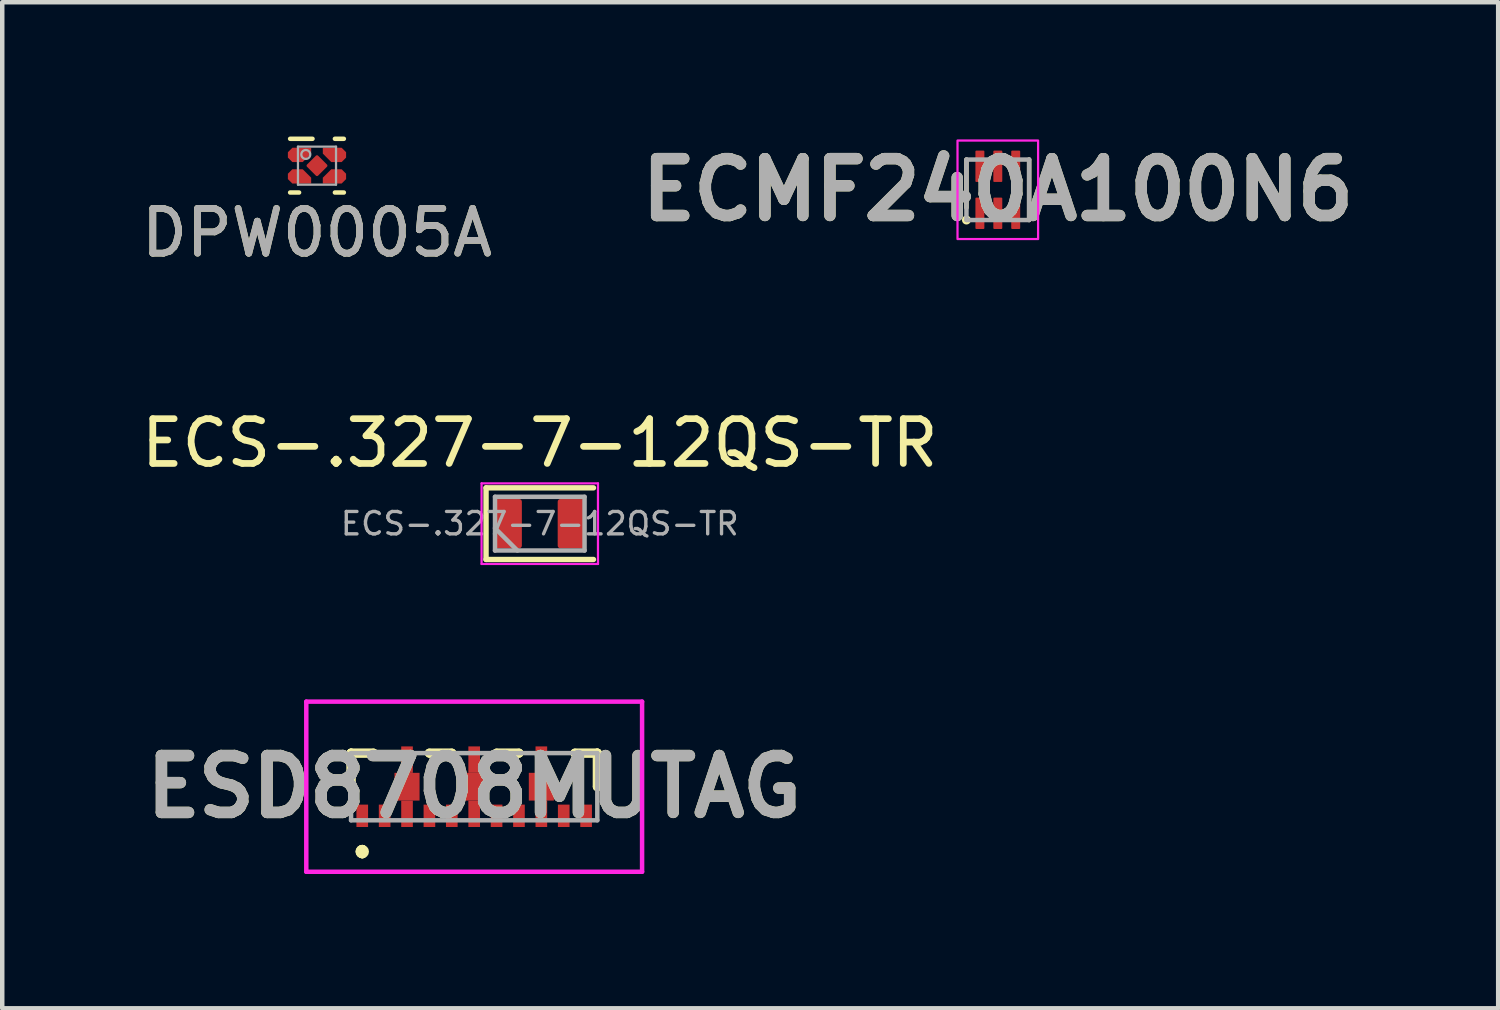
<source format=kicad_pcb>
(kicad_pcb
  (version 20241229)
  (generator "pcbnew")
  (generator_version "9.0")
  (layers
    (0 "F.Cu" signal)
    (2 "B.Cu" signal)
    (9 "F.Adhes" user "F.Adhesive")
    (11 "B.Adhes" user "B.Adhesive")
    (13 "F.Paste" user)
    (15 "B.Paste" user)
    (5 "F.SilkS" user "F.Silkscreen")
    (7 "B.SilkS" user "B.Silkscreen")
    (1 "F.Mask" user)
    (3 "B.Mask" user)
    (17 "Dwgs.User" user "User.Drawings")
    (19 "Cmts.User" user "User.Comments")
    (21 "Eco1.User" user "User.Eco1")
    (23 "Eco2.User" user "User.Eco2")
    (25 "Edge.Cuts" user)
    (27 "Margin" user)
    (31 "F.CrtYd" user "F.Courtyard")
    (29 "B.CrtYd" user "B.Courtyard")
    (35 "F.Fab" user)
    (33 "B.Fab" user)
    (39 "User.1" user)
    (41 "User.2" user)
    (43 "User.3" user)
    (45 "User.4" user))
  (footprint "DPW0005A"
    (layer "F.Cu")
    (at 4.03 0.65)
    (property "Reference" "DPW0005A" (at 0 1.5 0) (unlocked yes) (layer "F.SilkS") (effects (font (size 1 1) (thickness 0.15))))
    (attr smd)
    (fp_poly (pts (xy -0.55 -0.08) (xy -0.65 -0.18) (xy -0.65 -0.3) (xy -0.55 -0.4) (xy -0.13 -0.4) (xy -0.13 -0.269) (xy -0.319 -0.08)) (stroke (width 0) (type solid)) (fill yes) (layer "F.Cu"))
    (fp_poly (pts (xy -0.55 0.4) (xy -0.65 0.3) (xy -0.65 0.18) (xy -0.55 0.08) (xy -0.319 0.08) (xy -0.13 0.269) (xy -0.13 0.4)) (stroke (width 0) (type solid)) (fill yes) (layer "F.Cu"))
    (fp_poly (pts (xy 0.13 0.4) (xy 0.13 0.269) (xy 0.319 0.08) (xy 0.55 0.08) (xy 0.65 0.18) (xy 0.65 0.3) (xy 0.55 0.4)) (stroke (width 0) (type solid)) (fill yes) (layer "F.Cu"))
    (fp_poly (pts (xy 0.319 -0.08) (xy 0.13 -0.269) (xy 0.13 -0.4) (xy 0.55 -0.4) (xy 0.65 -0.3) (xy 0.65 -0.18) (xy 0.55 -0.08) (xy 0.55 -0.08)) (stroke (width 0) (type solid)) (fill yes) (layer "F.Cu"))
    (fp_poly (pts (xy -0.529 -0.13) (xy -0.6 -0.201) (xy -0.6 -0.279) (xy -0.529 -0.35) (xy -0.18 -0.35) (xy -0.18 -0.29) (xy -0.34 -0.13)) (stroke (width 0) (type solid)) (fill yes) (layer "F.Mask"))
    (fp_poly (pts (xy -0.529 0.35) (xy -0.6 0.279) (xy -0.6 0.201) (xy -0.529 0.13) (xy -0.34 0.13) (xy -0.18 0.29) (xy -0.18 0.35)) (stroke (width 0) (type solid)) (fill yes) (layer "F.Mask"))
    (fp_poly (pts (xy 0.18 0.35) (xy 0.18 0.29) (xy 0.34 0.13) (xy 0.529 0.13) (xy 0.6 0.201) (xy 0.6 0.279) (xy 0.529 0.35)) (stroke (width 0) (type solid)) (fill yes) (layer "F.Mask"))
    (fp_line (start -0.6 -0.6) (end -0.1 -0.6) (stroke (width 0.1) (type solid)) (layer "F.SilkS"))
    (fp_line (start -0.6 0.6) (end -0.4 0.6) (stroke (width 0.1) (type solid)) (layer "F.SilkS"))
    (fp_line (start 0.4 -0.6) (end 0.6 -0.6) (stroke (width 0.1) (type solid)) (layer "F.SilkS"))
    (fp_line (start 0.4 0.6) (end 0.6 0.6) (stroke (width 0.1) (type solid)) (layer "F.SilkS"))
    (fp_poly (pts (xy -0.529 -0.13) (xy -0.6 -0.201) (xy -0.6 -0.279) (xy -0.529 -0.35) (xy -0.18 -0.35) (xy -0.18 -0.29) (xy -0.34 -0.13)) (stroke (width 0) (type solid)) (fill yes) (layer "F.Paste"))
    (fp_poly (pts (xy -0.529 0.35) (xy -0.6 0.279) (xy -0.6 0.201) (xy -0.529 0.13) (xy -0.34 0.13) (xy -0.18 0.29) (xy -0.18 0.35)) (stroke (width 0) (type solid)) (fill yes) (layer "F.Paste"))
    (fp_poly (pts (xy 0.18 0.35) (xy 0.18 0.29) (xy 0.34 0.13) (xy 0.529 0.13) (xy 0.6 0.201) (xy 0.6 0.279) (xy 0.529 0.35)) (stroke (width 0) (type solid)) (fill yes) (layer "F.Paste"))
    (fp_line (start -0.425 -0.425) (end 0.425 -0.425) (stroke (width 0.05) (type solid)) (layer "F.Fab"))
    (fp_line (start -0.425 0.425) (end -0.425 -0.425) (stroke (width 0.05) (type solid)) (layer "F.Fab"))
    (fp_line (start -0.425 0.425) (end 0.425 0.425) (stroke (width 0.05) (type solid)) (layer "F.Fab"))
    (fp_line (start 0.425 0.425) (end 0.425 -0.425) (stroke (width 0.05) (type solid)) (layer "F.Fab"))
    (fp_circle (center -0.25 -0.25) (end -0.15 -0.25) (stroke (width 0.05) (type solid)) (fill no) (layer "F.Fab"))
    (fp_text user "${REFERENCE}" (at 0 1.5 0) (unlocked yes) (layer "F.Fab") (effects (font (size 1 1) (thickness 0.15))))
    (pad "1" smd rect (at -0.39 -0.24 90) (size 0.15 0.15) (layers "F.Cu" "F.Mask" "F.Paste"))
    (pad "2" smd rect (at -0.39 0.24 90) (size 0.15 0.15) (layers "F.Cu" "F.Mask" "F.Paste"))
    (pad "3" smd roundrect (at 0 0 135) (size 0.35 0.35) (layers "F.Cu" "F.Mask" "F.Paste") (roundrect_rratio 0.1))
    (pad "4" smd rect (at 0.39 0.24 90) (size 0.15 0.15) (layers "F.Cu" "F.Mask" "F.Paste"))
    (pad "5" smd rect (at 0.4 -0.24 90) (size 0.15 0.15) (layers "F.Cu" "F.Mask" "F.Paste")))
  (footprint "ECS-.327-7-12QS-TR"
    (layer "F.Cu")
    (at 9.006 8.646)
    (property "Reference" "ECS-.327-7-12QS-TR" (at 0 -1.8 0) (layer "F.SilkS") (effects (font (size 1 1) (thickness 0.15))))
    (attr smd)
    (fp_line (start -1.2 -0.8) (end -1.2 0.8) (stroke (width 0.12) (type solid)) (layer "F.SilkS"))
    (fp_line (start -1.2 0.8) (end 1.2 0.8) (stroke (width 0.12) (type solid)) (layer "F.SilkS"))
    (fp_line (start 1.2 -0.8) (end -1.2 -0.8) (stroke (width 0.12) (type solid)) (layer "F.SilkS"))
    (fp_line (start -1.3 -0.9) (end -1.3 0.9) (stroke (width 0.05) (type solid)) (layer "F.CrtYd"))
    (fp_line (start -1.3 0.9) (end 1.3 0.9) (stroke (width 0.05) (type solid)) (layer "F.CrtYd"))
    (fp_line (start 1.3 -0.9) (end -1.3 -0.9) (stroke (width 0.05) (type solid)) (layer "F.CrtYd"))
    (fp_line (start 1.3 0.9) (end 1.3 -0.9) (stroke (width 0.05) (type solid)) (layer "F.CrtYd"))
    (fp_line (start -1 -0.6) (end -1 0.6) (stroke (width 0.1) (type solid)) (layer "F.Fab"))
    (fp_line (start -1 0.1) (end -0.5 0.6) (stroke (width 0.1) (type solid)) (layer "F.Fab"))
    (fp_line (start -1 0.6) (end 1 0.6) (stroke (width 0.1) (type solid)) (layer "F.Fab"))
    (fp_line (start 1 -0.6) (end -1 -0.6) (stroke (width 0.1) (type solid)) (layer "F.Fab"))
    (fp_line (start 1 0.6) (end 1 -0.6) (stroke (width 0.1) (type solid)) (layer "F.Fab"))
    (fp_text user "${REFERENCE}" (at 0 0 0) (layer "F.Fab") (effects (font (size 0.5 0.5) (thickness 0.075))))
    (pad "1" smd roundrect (at -0.7 0) (size 0.6 1.1) (layers "F.Cu" "F.Mask" "F.Paste") (roundrect_rratio 0.1))
    (pad "2" smd roundrect (at 0.7 0) (size 0.6 1.1) (layers "F.Cu" "F.Mask" "F.Paste") (roundrect_rratio 0.1)))
  (footprint "ECMF240A100N6"
    (layer "F.Cu")
    (at 19.236 1.189)
    (property "Reference" "ECMF240A100N6" (at 0 0 0) (layer "F.SilkS") (effects (font (size 1.27 1.27) (thickness 0.254))))
    (attr smd)
    (fp_line (start -0.7 -0.675) (end -0.7 0.4) (stroke (width 0.1) (type default)) (layer "F.SilkS"))
    (fp_line (start 0.7 -0.675) (end 0.7 0.675) (stroke (width 0.1) (type default)) (layer "F.SilkS"))
    (fp_circle (center -0.7 0.675) (end -0.7 0.775) (stroke (width 0) (type solid)) (fill yes) (layer "F.SilkS"))
    (fp_rect (start -0.9 -1.1) (end 0.9 1.1) (stroke (width 0.05) (type default)) (fill no) (layer "F.CrtYd"))
    (fp_line (start -0.7 -0.675) (end 0.7 -0.675) (stroke (width 0.1) (type solid)) (layer "F.Fab"))
    (fp_line (start -0.7 0.675) (end -0.7 -0.675) (stroke (width 0.1) (type solid)) (layer "F.Fab"))
    (fp_line (start 0.7 -0.675) (end 0.7 0.675) (stroke (width 0.1) (type solid)) (layer "F.Fab"))
    (fp_line (start 0.7 0.675) (end -0.7 0.675) (stroke (width 0.1) (type solid)) (layer "F.Fab"))
    (fp_text user "${REFERENCE}" (at 0 0 0) (layer "F.Fab") (effects (font (size 1.27 1.27) (thickness 0.254))))
    (pad "1" smd roundrect (at -0.4 0.525) (size 0.2 0.7) (layers "F.Cu" "F.Mask" "F.Paste") (roundrect_rratio 0.1))
    (pad "2" smd roundrect (at 0 0.525) (size 0.2 0.7) (layers "F.Cu" "F.Mask" "F.Paste") (roundrect_rratio 0.1))
    (pad "3" smd roundrect (at 0.4 0.525) (size 0.2 0.7) (layers "F.Cu" "F.Mask" "F.Paste") (roundrect_rratio 0.1))
    (pad "4" smd roundrect (at 0.4 -0.525) (size 0.2 0.7) (layers "F.Cu" "F.Mask" "F.Paste") (roundrect_rratio 0.1))
    (pad "5" smd roundrect (at 0 -0.525) (size 0.2 0.7) (layers "F.Cu" "F.Mask" "F.Paste") (roundrect_rratio 0.1))
    (pad "6" smd roundrect (at -0.4 -0.525) (size 0.2 0.7) (layers "F.Cu" "F.Mask" "F.Paste") (roundrect_rratio 0.1)))
  (footprint "ESD8708MUTAG"
    (layer "F.Cu")
    (at 7.541 14.521)
    (property "Reference" "ESD8708MUTAG" (at 0 0 0) (layer "F.SilkS") (effects (font (size 1.27 1.27) (thickness 0.254))))
    (attr smd)
    (fp_line (start -2.75 -0.75) (end -2.75 -0.75) (stroke (width 0.2) (type solid)) (layer "F.SilkS"))
    (fp_line (start -2.75 -0.75) (end -2.75 -0.75) (stroke (width 0.2) (type solid)) (layer "F.SilkS"))
    (fp_line (start -2.75 -0.75) (end -2.75 0) (stroke (width 0.2) (type solid)) (layer "F.SilkS"))
    (fp_line (start -2.75 -0.75) (end -2.25 -0.75) (stroke (width 0.2) (type solid)) (layer "F.SilkS"))
    (fp_line (start -2.75 0) (end -2.75 -0.75) (stroke (width 0.2) (type solid)) (layer "F.SilkS"))
    (fp_line (start -2.75 0) (end -2.75 0) (stroke (width 0.2) (type solid)) (layer "F.SilkS"))
    (fp_line (start -2.5 1.4) (end -2.5 1.4) (stroke (width 0.2) (type solid)) (layer "F.SilkS"))
    (fp_line (start -2.5 1.4) (end -2.5 1.4) (stroke (width 0.2) (type solid)) (layer "F.SilkS"))
    (fp_line (start -2.5 1.5) (end -2.5 1.5) (stroke (width 0.2) (type solid)) (layer "F.SilkS"))
    (fp_line (start -2.25 -0.75) (end -2.75 -0.75) (stroke (width 0.2) (type solid)) (layer "F.SilkS"))
    (fp_line (start -2.25 -0.75) (end -2.25 -0.75) (stroke (width 0.2) (type solid)) (layer "F.SilkS"))
    (fp_line (start -1 -0.75) (end -1 -0.75) (stroke (width 0.2) (type solid)) (layer "F.SilkS"))
    (fp_line (start -1 -0.75) (end -0.5 -0.75) (stroke (width 0.2) (type solid)) (layer "F.SilkS"))
    (fp_line (start -0.5 -0.75) (end -1 -0.75) (stroke (width 0.2) (type solid)) (layer "F.SilkS"))
    (fp_line (start -0.5 -0.75) (end -0.5 -0.75) (stroke (width 0.2) (type solid)) (layer "F.SilkS"))
    (fp_line (start 0.5 -0.75) (end 0.5 -0.75) (stroke (width 0.2) (type solid)) (layer "F.SilkS"))
    (fp_line (start 0.5 -0.75) (end 1 -0.75) (stroke (width 0.2) (type solid)) (layer "F.SilkS"))
    (fp_line (start 1 -0.75) (end 0.5 -0.75) (stroke (width 0.2) (type solid)) (layer "F.SilkS"))
    (fp_line (start 1 -0.75) (end 1 -0.75) (stroke (width 0.2) (type solid)) (layer "F.SilkS"))
    (fp_line (start 2.25 -0.75) (end 2.25 -0.75) (stroke (width 0.2) (type solid)) (layer "F.SilkS"))
    (fp_line (start 2.25 -0.75) (end 2.75 -0.75) (stroke (width 0.2) (type solid)) (layer "F.SilkS"))
    (fp_line (start 2.75 -0.75) (end 2.25 -0.75) (stroke (width 0.2) (type solid)) (layer "F.SilkS"))
    (fp_line (start 2.75 -0.75) (end 2.75 -0.75) (stroke (width 0.2) (type solid)) (layer "F.SilkS"))
    (fp_line (start 2.75 -0.75) (end 2.75 -0.75) (stroke (width 0.2) (type solid)) (layer "F.SilkS"))
    (fp_line (start 2.75 -0.75) (end 2.75 0) (stroke (width 0.2) (type solid)) (layer "F.SilkS"))
    (fp_line (start 2.75 0) (end 2.75 -0.75) (stroke (width 0.2) (type solid)) (layer "F.SilkS"))
    (fp_line (start 2.75 0) (end 2.75 0) (stroke (width 0.2) (type solid)) (layer "F.SilkS"))
    (fp_arc (start -2.5 1.4) (mid -2.45 1.45) (end -2.5 1.5) (stroke (width 0.2) (type solid)) (layer "F.SilkS"))
    (fp_arc (start -2.5 1.5) (mid -2.55 1.45) (end -2.5 1.4) (stroke (width 0.2) (type solid)) (layer "F.SilkS"))
    (fp_arc (start -2.5 1.5) (mid -2.55 1.45) (end -2.5 1.4) (stroke (width 0.2) (type solid)) (layer "F.SilkS"))
    (fp_line (start -3.75 -1.9) (end 3.75 -1.9) (stroke (width 0.1) (type solid)) (layer "F.CrtYd"))
    (fp_line (start -3.75 1.9) (end -3.75 -1.9) (stroke (width 0.1) (type solid)) (layer "F.CrtYd"))
    (fp_line (start 3.75 -1.9) (end 3.75 1.9) (stroke (width 0.1) (type solid)) (layer "F.CrtYd"))
    (fp_line (start 3.75 1.9) (end -3.75 1.9) (stroke (width 0.1) (type solid)) (layer "F.CrtYd"))
    (fp_line (start -2.75 -0.75) (end -2.75 0.75) (stroke (width 0.1) (type solid)) (layer "F.Fab"))
    (fp_line (start -2.75 0.75) (end 2.75 0.75) (stroke (width 0.1) (type solid)) (layer "F.Fab"))
    (fp_line (start 2.75 -0.75) (end -2.75 -0.75) (stroke (width 0.1) (type solid)) (layer "F.Fab"))
    (fp_line (start 2.75 0.75) (end 2.75 -0.75) (stroke (width 0.1) (type solid)) (layer "F.Fab"))
    (fp_text user "${REFERENCE}" (at 0 0 0) (layer "F.Fab") (effects (font (size 1.27 1.27) (thickness 0.254))))
    (pad "1" smd rect (at -2.5 0.65) (size 0.26 0.5) (layers "F.Cu" "F.Mask" "F.Paste"))
    (pad "2" smd rect (at -2 0.65) (size 0.26 0.5) (layers "F.Cu" "F.Mask" "F.Paste"))
    (pad "3" smd rect (at -1.5 0.605) (size 0.26 0.59) (layers "F.Cu" "F.Mask" "F.Paste"))
    (pad "4" smd rect (at -1 0.65) (size 0.26 0.5) (layers "F.Cu" "F.Mask" "F.Paste"))
    (pad "5" smd rect (at -0.5 0.65) (size 0.26 0.5) (layers "F.Cu" "F.Mask" "F.Paste"))
    (pad "6" smd rect (at 0 0.605) (size 0.26 0.59) (layers "F.Cu" "F.Mask" "F.Paste"))
    (pad "7" smd rect (at 0.5 0.65) (size 0.26 0.5) (layers "F.Cu" "F.Mask" "F.Paste"))
    (pad "8" smd rect (at 1 0.65) (size 0.26 0.5) (layers "F.Cu" "F.Mask" "F.Paste"))
    (pad "9" smd rect (at 1.5 0.605) (size 0.26 0.59) (layers "F.Cu" "F.Mask" "F.Paste"))
    (pad "10" smd rect (at 2 0.65) (size 0.26 0.5) (layers "F.Cu" "F.Mask" "F.Paste"))
    (pad "11" smd rect (at 2.5 0.65) (size 0.26 0.5) (layers "F.Cu" "F.Mask" "F.Paste"))
    (pad "12" smd rect (at 1.5 -0.605) (size 0.26 0.59) (layers "F.Cu" "F.Mask" "F.Paste"))
    (pad "13" smd rect (at 0 -0.605) (size 0.26 0.59) (layers "F.Cu" "F.Mask" "F.Paste"))
    (pad "14" smd rect (at -1.5 -0.605) (size 0.26 0.59) (layers "F.Cu" "F.Mask" "F.Paste"))
    (pad "15" smd rect (at -1.5 0) (size 0.56 0.62) (layers "F.Cu" "F.Mask" "F.Paste"))
    (pad "16" smd rect (at 0 0) (size 0.56 0.62) (layers "F.Cu" "F.Mask" "F.Paste"))
    (pad "17" smd rect (at 1.5 0) (size 0.56 0.62) (layers "F.Cu" "F.Mask" "F.Paste")))
  (gr_rect
    (start -3 -3)
    (end 30.412 19.471)
    (stroke (width 0.1) (type default))
    (fill no)
    (layer "Edge.Cuts")))
</source>
